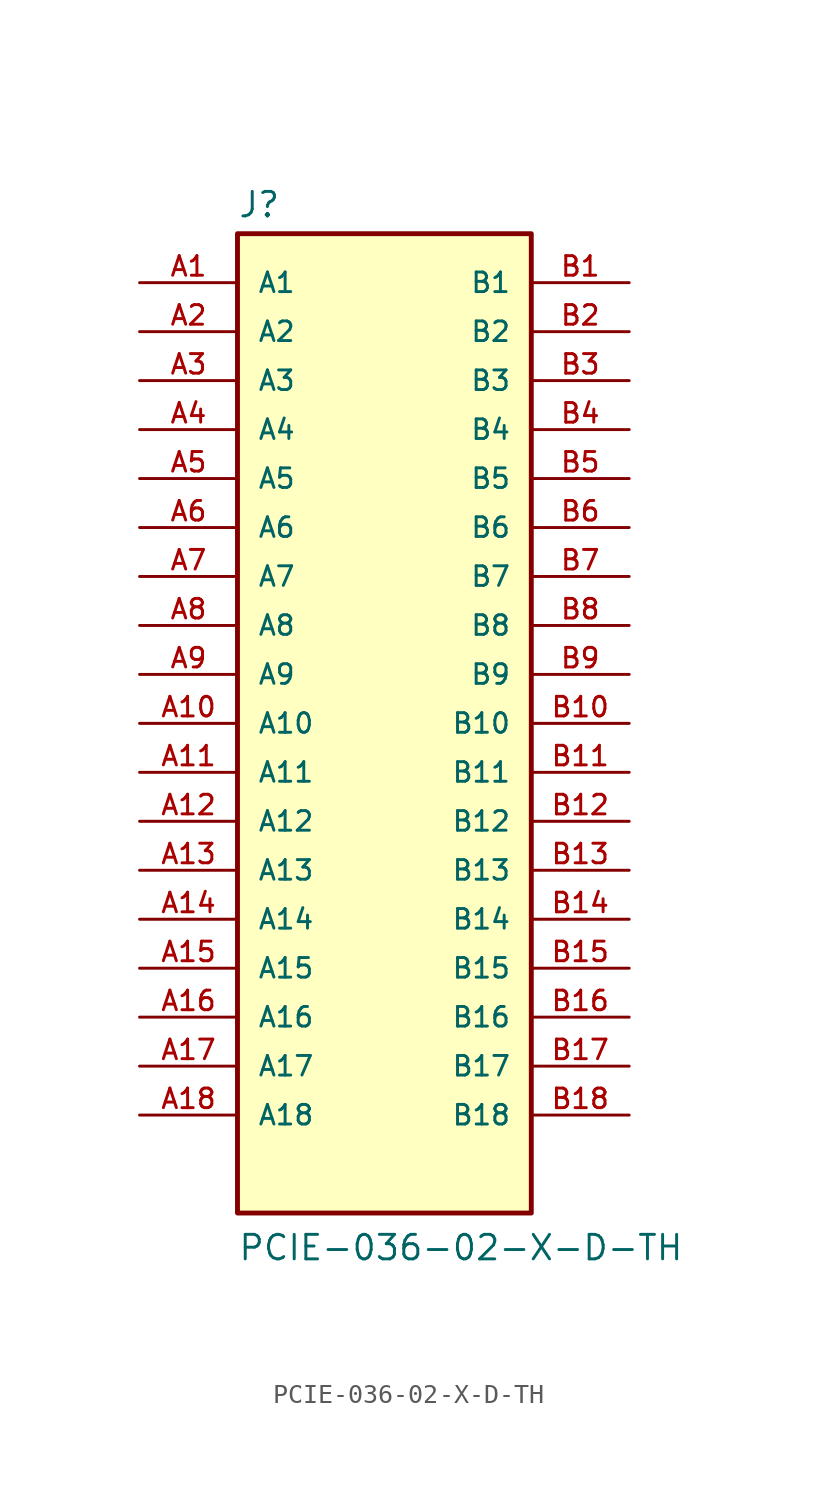
<source format=kicad_sym>
(kicad_symbol_lib
  (version 20211014)
  (generator kicad_symbol_editor)
  (symbol "PCIE-036-02-X-D-TH"
    (pin_names
      (offset 1.016))
    (property "Reference" "J"
      (at -7.62 26.162 0)
      (effects (font (size 1.27 1.27)) (justify bottom left)))
    (property "Value" "PCIE-036-02-X-D-TH"
      (at -7.62 -27.94 0)
      (effects (font (size 1.27 1.27)) (justify bottom left)))
    (symbol "PCIE-036-02-X-D-TH_0_0"
      (rectangle (start -7.62 -25.4) (end 7.62 25.4) (stroke (width 0.254)) (fill (type background)))
      (pin passive line (at -12.7 22.86 0) (length 5.08) (name "A1" (effects (font (size 1.016 1.016)))) (number "A1" (effects (font (size 1.016 1.016)))))
      (pin passive line (at 12.7 22.86 180.0) (length 5.08) (name "B1" (effects (font (size 1.016 1.016)))) (number "B1" (effects (font (size 1.016 1.016)))))
      (pin passive line (at -12.7 20.32 0) (length 5.08) (name "A2" (effects (font (size 1.016 1.016)))) (number "A2" (effects (font (size 1.016 1.016)))))
      (pin passive line (at 12.7 20.32 180.0) (length 5.08) (name "B2" (effects (font (size 1.016 1.016)))) (number "B2" (effects (font (size 1.016 1.016)))))
      (pin passive line (at -12.7 17.78 0) (length 5.08) (name "A3" (effects (font (size 1.016 1.016)))) (number "A3" (effects (font (size 1.016 1.016)))))
      (pin passive line (at 12.7 17.78 180.0) (length 5.08) (name "B3" (effects (font (size 1.016 1.016)))) (number "B3" (effects (font (size 1.016 1.016)))))
      (pin passive line (at -12.7 15.24 0) (length 5.08) (name "A4" (effects (font (size 1.016 1.016)))) (number "A4" (effects (font (size 1.016 1.016)))))
      (pin passive line (at 12.7 15.24 180.0) (length 5.08) (name "B4" (effects (font (size 1.016 1.016)))) (number "B4" (effects (font (size 1.016 1.016)))))
      (pin passive line (at -12.7 12.7 0) (length 5.08) (name "A5" (effects (font (size 1.016 1.016)))) (number "A5" (effects (font (size 1.016 1.016)))))
      (pin passive line (at 12.7 12.7 180.0) (length 5.08) (name "B5" (effects (font (size 1.016 1.016)))) (number "B5" (effects (font (size 1.016 1.016)))))
      (pin passive line (at -12.7 10.16 0) (length 5.08) (name "A6" (effects (font (size 1.016 1.016)))) (number "A6" (effects (font (size 1.016 1.016)))))
      (pin passive line (at 12.7 10.16 180.0) (length 5.08) (name "B6" (effects (font (size 1.016 1.016)))) (number "B6" (effects (font (size 1.016 1.016)))))
      (pin passive line (at -12.7 7.62 0) (length 5.08) (name "A7" (effects (font (size 1.016 1.016)))) (number "A7" (effects (font (size 1.016 1.016)))))
      (pin passive line (at 12.7 7.62 180.0) (length 5.08) (name "B7" (effects (font (size 1.016 1.016)))) (number "B7" (effects (font (size 1.016 1.016)))))
      (pin passive line (at -12.7 5.08 0) (length 5.08) (name "A8" (effects (font (size 1.016 1.016)))) (number "A8" (effects (font (size 1.016 1.016)))))
      (pin passive line (at 12.7 5.08 180.0) (length 5.08) (name "B8" (effects (font (size 1.016 1.016)))) (number "B8" (effects (font (size 1.016 1.016)))))
      (pin passive line (at -12.7 2.54 0) (length 5.08) (name "A9" (effects (font (size 1.016 1.016)))) (number "A9" (effects (font (size 1.016 1.016)))))
      (pin passive line (at 12.7 2.54 180.0) (length 5.08) (name "B9" (effects (font (size 1.016 1.016)))) (number "B9" (effects (font (size 1.016 1.016)))))
      (pin passive line (at -12.7 0.0 0) (length 5.08) (name "A10" (effects (font (size 1.016 1.016)))) (number "A10" (effects (font (size 1.016 1.016)))))
      (pin passive line (at 12.7 0.0 180.0) (length 5.08) (name "B10" (effects (font (size 1.016 1.016)))) (number "B10" (effects (font (size 1.016 1.016)))))
      (pin passive line (at -12.7 -2.54 0) (length 5.08) (name "A11" (effects (font (size 1.016 1.016)))) (number "A11" (effects (font (size 1.016 1.016)))))
      (pin passive line (at 12.7 -2.54 180.0) (length 5.08) (name "B11" (effects (font (size 1.016 1.016)))) (number "B11" (effects (font (size 1.016 1.016)))))
      (pin passive line (at -12.7 -5.08 0) (length 5.08) (name "A12" (effects (font (size 1.016 1.016)))) (number "A12" (effects (font (size 1.016 1.016)))))
      (pin passive line (at 12.7 -5.08 180.0) (length 5.08) (name "B12" (effects (font (size 1.016 1.016)))) (number "B12" (effects (font (size 1.016 1.016)))))
      (pin passive line (at -12.7 -7.62 0) (length 5.08) (name "A13" (effects (font (size 1.016 1.016)))) (number "A13" (effects (font (size 1.016 1.016)))))
      (pin passive line (at 12.7 -7.62 180.0) (length 5.08) (name "B13" (effects (font (size 1.016 1.016)))) (number "B13" (effects (font (size 1.016 1.016)))))
      (pin passive line (at -12.7 -10.16 0) (length 5.08) (name "A14" (effects (font (size 1.016 1.016)))) (number "A14" (effects (font (size 1.016 1.016)))))
      (pin passive line (at 12.7 -10.16 180.0) (length 5.08) (name "B14" (effects (font (size 1.016 1.016)))) (number "B14" (effects (font (size 1.016 1.016)))))
      (pin passive line (at -12.7 -12.7 0) (length 5.08) (name "A15" (effects (font (size 1.016 1.016)))) (number "A15" (effects (font (size 1.016 1.016)))))
      (pin passive line (at 12.7 -12.7 180.0) (length 5.08) (name "B15" (effects (font (size 1.016 1.016)))) (number "B15" (effects (font (size 1.016 1.016)))))
      (pin passive line (at -12.7 -15.24 0) (length 5.08) (name "A16" (effects (font (size 1.016 1.016)))) (number "A16" (effects (font (size 1.016 1.016)))))
      (pin passive line (at 12.7 -15.24 180.0) (length 5.08) (name "B16" (effects (font (size 1.016 1.016)))) (number "B16" (effects (font (size 1.016 1.016)))))
      (pin passive line (at -12.7 -17.78 0) (length 5.08) (name "A17" (effects (font (size 1.016 1.016)))) (number "A17" (effects (font (size 1.016 1.016)))))
      (pin passive line (at 12.7 -17.78 180.0) (length 5.08) (name "B17" (effects (font (size 1.016 1.016)))) (number "B17" (effects (font (size 1.016 1.016)))))
      (pin passive line (at -12.7 -20.32 0) (length 5.08) (name "A18" (effects (font (size 1.016 1.016)))) (number "A18" (effects (font (size 1.016 1.016)))))
      (pin passive line (at 12.7 -20.32 180.0) (length 5.08) (name "B18" (effects (font (size 1.016 1.016)))) (number "B18" (effects (font (size 1.016 1.016))))))))
</source>
